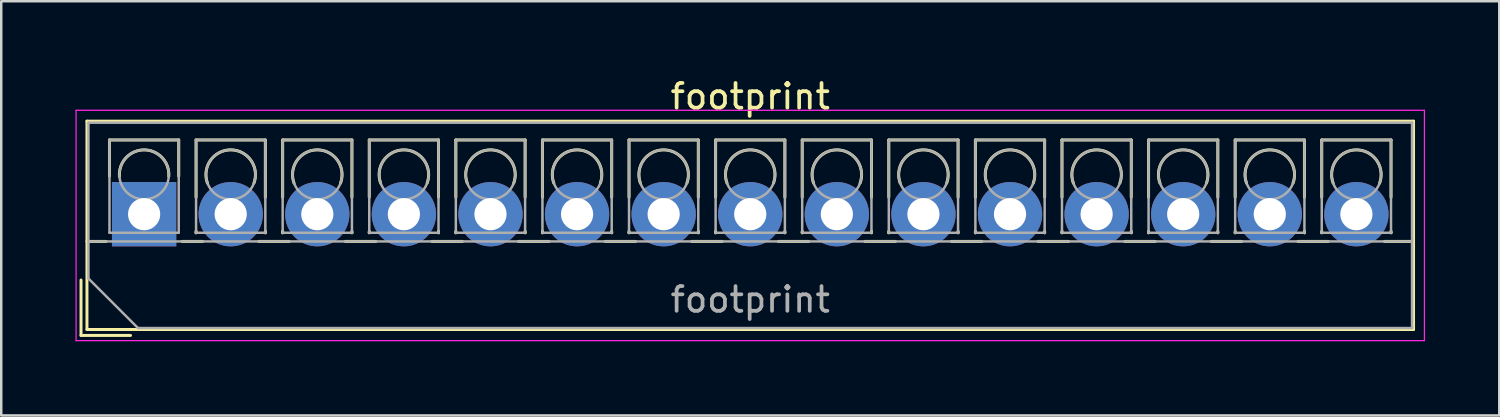
<source format=kicad_pcb>
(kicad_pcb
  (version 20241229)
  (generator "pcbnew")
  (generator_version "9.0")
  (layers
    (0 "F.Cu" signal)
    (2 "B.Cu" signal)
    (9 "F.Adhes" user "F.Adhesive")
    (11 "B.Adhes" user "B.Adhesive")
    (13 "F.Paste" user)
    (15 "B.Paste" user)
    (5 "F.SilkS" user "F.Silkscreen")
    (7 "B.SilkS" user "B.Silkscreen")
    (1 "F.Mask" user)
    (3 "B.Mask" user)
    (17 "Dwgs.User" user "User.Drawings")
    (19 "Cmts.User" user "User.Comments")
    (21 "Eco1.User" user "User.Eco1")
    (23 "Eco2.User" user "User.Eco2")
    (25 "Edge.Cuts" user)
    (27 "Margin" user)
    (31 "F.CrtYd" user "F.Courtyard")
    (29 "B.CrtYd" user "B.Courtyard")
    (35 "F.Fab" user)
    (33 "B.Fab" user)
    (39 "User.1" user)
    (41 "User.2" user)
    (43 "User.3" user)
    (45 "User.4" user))
  (footprint "footprint"
    (layer "F.Cu")
    (at 2.775 5.608)
    (property "Reference" "footprint" (at 24.5 -4.76 0) (layer "F.SilkS") (effects (font (size 1 1) (thickness 0.15))))
    (attr through_hole)
    (fp_line (start -2.55 2.66) (end -2.55 4.9) (stroke (width 0.12) (type solid)) (layer "F.SilkS"))
    (fp_line (start -2.55 4.9) (end -0.55 4.9) (stroke (width 0.12) (type solid)) (layer "F.SilkS"))
    (fp_line (start -2.31 -3.76) (end -2.31 4.66) (stroke (width 0.12) (type solid)) (layer "F.SilkS"))
    (fp_line (start -2.31 -3.76) (end 51.31 -3.76) (stroke (width 0.12) (type solid)) (layer "F.SilkS"))
    (fp_line (start -2.31 1.101) (end -1.54 1.101) (stroke (width 0.12) (type solid)) (layer "F.SilkS"))
    (fp_line (start -2.31 4.66) (end 51.31 4.66) (stroke (width 0.12) (type solid)) (layer "F.SilkS"))
    (fp_line (start -1.4 -3) (end -1.4 -1.54) (stroke (width 0.12) (type solid)) (layer "F.SilkS"))
    (fp_line (start -1.4 -3) (end 1.4 -3) (stroke (width 0.12) (type solid)) (layer "F.SilkS"))
    (fp_line (start 1.4 -3) (end 1.4 -1.54) (stroke (width 0.12) (type solid)) (layer "F.SilkS"))
    (fp_line (start 1.54 1.101) (end 2.367 1.101) (stroke (width 0.12) (type solid)) (layer "F.SilkS"))
    (fp_line (start 2.1 -3) (end 2.1 -0.689) (stroke (width 0.12) (type solid)) (layer "F.SilkS"))
    (fp_line (start 2.1 -3) (end 4.9 -3) (stroke (width 0.12) (type solid)) (layer "F.SilkS"))
    (fp_line (start 2.1 0.689) (end 2.1 0.75) (stroke (width 0.12) (type solid)) (layer "F.SilkS"))
    (fp_line (start 2.1 0.75) (end 2.101 0.75) (stroke (width 0.12) (type solid)) (layer "F.SilkS"))
    (fp_line (start 4.634 1.101) (end 5.867 1.101) (stroke (width 0.12) (type solid)) (layer "F.SilkS"))
    (fp_line (start 4.9 -3) (end 4.9 -0.689) (stroke (width 0.12) (type solid)) (layer "F.SilkS"))
    (fp_line (start 4.9 0.689) (end 4.9 0.75) (stroke (width 0.12) (type solid)) (layer "F.SilkS"))
    (fp_line (start 4.9 0.75) (end 4.9 0.75) (stroke (width 0.12) (type solid)) (layer "F.SilkS"))
    (fp_line (start 5.6 -3) (end 5.6 -0.689) (stroke (width 0.12) (type solid)) (layer "F.SilkS"))
    (fp_line (start 5.6 -3) (end 8.4 -3) (stroke (width 0.12) (type solid)) (layer "F.SilkS"))
    (fp_line (start 5.6 0.689) (end 5.6 0.75) (stroke (width 0.12) (type solid)) (layer "F.SilkS"))
    (fp_line (start 5.6 0.75) (end 5.601 0.75) (stroke (width 0.12) (type solid)) (layer "F.SilkS"))
    (fp_line (start 8.134 1.101) (end 9.367 1.101) (stroke (width 0.12) (type solid)) (layer "F.SilkS"))
    (fp_line (start 8.4 -3) (end 8.4 -0.689) (stroke (width 0.12) (type solid)) (layer "F.SilkS"))
    (fp_line (start 8.4 0.689) (end 8.4 0.75) (stroke (width 0.12) (type solid)) (layer "F.SilkS"))
    (fp_line (start 8.4 0.75) (end 8.4 0.75) (stroke (width 0.12) (type solid)) (layer "F.SilkS"))
    (fp_line (start 9.1 -3) (end 9.1 -0.689) (stroke (width 0.12) (type solid)) (layer "F.SilkS"))
    (fp_line (start 9.1 -3) (end 11.9 -3) (stroke (width 0.12) (type solid)) (layer "F.SilkS"))
    (fp_line (start 9.1 0.689) (end 9.1 0.75) (stroke (width 0.12) (type solid)) (layer "F.SilkS"))
    (fp_line (start 9.1 0.75) (end 9.101 0.75) (stroke (width 0.12) (type solid)) (layer "F.SilkS"))
    (fp_line (start 11.634 1.101) (end 12.867 1.101) (stroke (width 0.12) (type solid)) (layer "F.SilkS"))
    (fp_line (start 11.9 -3) (end 11.9 -0.689) (stroke (width 0.12) (type solid)) (layer "F.SilkS"))
    (fp_line (start 11.9 0.689) (end 11.9 0.75) (stroke (width 0.12) (type solid)) (layer "F.SilkS"))
    (fp_line (start 11.9 0.75) (end 11.9 0.75) (stroke (width 0.12) (type solid)) (layer "F.SilkS"))
    (fp_line (start 12.6 -3) (end 12.6 -0.689) (stroke (width 0.12) (type solid)) (layer "F.SilkS"))
    (fp_line (start 12.6 -3) (end 15.4 -3) (stroke (width 0.12) (type solid)) (layer "F.SilkS"))
    (fp_line (start 12.6 0.689) (end 12.6 0.75) (stroke (width 0.12) (type solid)) (layer "F.SilkS"))
    (fp_line (start 12.6 0.75) (end 12.601 0.75) (stroke (width 0.12) (type solid)) (layer "F.SilkS"))
    (fp_line (start 15.134 1.101) (end 16.367 1.101) (stroke (width 0.12) (type solid)) (layer "F.SilkS"))
    (fp_line (start 15.4 -3) (end 15.4 -0.689) (stroke (width 0.12) (type solid)) (layer "F.SilkS"))
    (fp_line (start 15.4 0.689) (end 15.4 0.75) (stroke (width 0.12) (type solid)) (layer "F.SilkS"))
    (fp_line (start 15.4 0.75) (end 15.4 0.75) (stroke (width 0.12) (type solid)) (layer "F.SilkS"))
    (fp_line (start 16.101 -3) (end 16.101 -0.689) (stroke (width 0.12) (type solid)) (layer "F.SilkS"))
    (fp_line (start 16.101 -3) (end 18.9 -3) (stroke (width 0.12) (type solid)) (layer "F.SilkS"))
    (fp_line (start 16.101 0.689) (end 16.101 0.75) (stroke (width 0.12) (type solid)) (layer "F.SilkS"))
    (fp_line (start 16.101 0.75) (end 16.101 0.75) (stroke (width 0.12) (type solid)) (layer "F.SilkS"))
    (fp_line (start 18.634 1.101) (end 19.867 1.101) (stroke (width 0.12) (type solid)) (layer "F.SilkS"))
    (fp_line (start 18.9 -3) (end 18.9 -0.689) (stroke (width 0.12) (type solid)) (layer "F.SilkS"))
    (fp_line (start 18.9 0.689) (end 18.9 0.75) (stroke (width 0.12) (type solid)) (layer "F.SilkS"))
    (fp_line (start 18.9 0.75) (end 18.9 0.75) (stroke (width 0.12) (type solid)) (layer "F.SilkS"))
    (fp_line (start 19.6 -3) (end 19.6 -0.689) (stroke (width 0.12) (type solid)) (layer "F.SilkS"))
    (fp_line (start 19.6 -3) (end 22.4 -3) (stroke (width 0.12) (type solid)) (layer "F.SilkS"))
    (fp_line (start 19.6 0.689) (end 19.6 0.75) (stroke (width 0.12) (type solid)) (layer "F.SilkS"))
    (fp_line (start 19.6 0.75) (end 19.601 0.75) (stroke (width 0.12) (type solid)) (layer "F.SilkS"))
    (fp_line (start 22.134 1.101) (end 23.367 1.101) (stroke (width 0.12) (type solid)) (layer "F.SilkS"))
    (fp_line (start 22.4 -3) (end 22.4 -0.689) (stroke (width 0.12) (type solid)) (layer "F.SilkS"))
    (fp_line (start 22.4 0.689) (end 22.4 0.75) (stroke (width 0.12) (type solid)) (layer "F.SilkS"))
    (fp_line (start 22.4 0.75) (end 22.4 0.75) (stroke (width 0.12) (type solid)) (layer "F.SilkS"))
    (fp_line (start 23.1 -3) (end 23.1 -0.689) (stroke (width 0.12) (type solid)) (layer "F.SilkS"))
    (fp_line (start 23.1 -3) (end 25.9 -3) (stroke (width 0.12) (type solid)) (layer "F.SilkS"))
    (fp_line (start 23.1 0.689) (end 23.1 0.75) (stroke (width 0.12) (type solid)) (layer "F.SilkS"))
    (fp_line (start 23.1 0.75) (end 23.101 0.75) (stroke (width 0.12) (type solid)) (layer "F.SilkS"))
    (fp_line (start 25.634 1.101) (end 26.867 1.101) (stroke (width 0.12) (type solid)) (layer "F.SilkS"))
    (fp_line (start 25.9 -3) (end 25.9 -0.689) (stroke (width 0.12) (type solid)) (layer "F.SilkS"))
    (fp_line (start 25.9 0.689) (end 25.9 0.75) (stroke (width 0.12) (type solid)) (layer "F.SilkS"))
    (fp_line (start 25.9 0.75) (end 25.9 0.75) (stroke (width 0.12) (type solid)) (layer "F.SilkS"))
    (fp_line (start 26.6 -3) (end 26.6 -0.689) (stroke (width 0.12) (type solid)) (layer "F.SilkS"))
    (fp_line (start 26.6 -3) (end 29.4 -3) (stroke (width 0.12) (type solid)) (layer "F.SilkS"))
    (fp_line (start 26.6 0.689) (end 26.6 0.75) (stroke (width 0.12) (type solid)) (layer "F.SilkS"))
    (fp_line (start 26.6 0.75) (end 26.601 0.75) (stroke (width 0.12) (type solid)) (layer "F.SilkS"))
    (fp_line (start 29.134 1.101) (end 30.367 1.101) (stroke (width 0.12) (type solid)) (layer "F.SilkS"))
    (fp_line (start 29.4 -3) (end 29.4 -0.689) (stroke (width 0.12) (type solid)) (layer "F.SilkS"))
    (fp_line (start 29.4 0.689) (end 29.4 0.75) (stroke (width 0.12) (type solid)) (layer "F.SilkS"))
    (fp_line (start 29.4 0.75) (end 29.4 0.75) (stroke (width 0.12) (type solid)) (layer "F.SilkS"))
    (fp_line (start 30.1 -3) (end 30.1 -0.689) (stroke (width 0.12) (type solid)) (layer "F.SilkS"))
    (fp_line (start 30.1 -3) (end 32.9 -3) (stroke (width 0.12) (type solid)) (layer "F.SilkS"))
    (fp_line (start 30.1 0.689) (end 30.1 0.75) (stroke (width 0.12) (type solid)) (layer "F.SilkS"))
    (fp_line (start 30.1 0.75) (end 30.101 0.75) (stroke (width 0.12) (type solid)) (layer "F.SilkS"))
    (fp_line (start 32.634 1.101) (end 33.867 1.101) (stroke (width 0.12) (type solid)) (layer "F.SilkS"))
    (fp_line (start 32.9 -3) (end 32.9 -0.689) (stroke (width 0.12) (type solid)) (layer "F.SilkS"))
    (fp_line (start 32.9 0.689) (end 32.9 0.75) (stroke (width 0.12) (type solid)) (layer "F.SilkS"))
    (fp_line (start 32.9 0.75) (end 32.9 0.75) (stroke (width 0.12) (type solid)) (layer "F.SilkS"))
    (fp_line (start 33.6 -3) (end 33.6 -0.689) (stroke (width 0.12) (type solid)) (layer "F.SilkS"))
    (fp_line (start 33.6 -3) (end 36.4 -3) (stroke (width 0.12) (type solid)) (layer "F.SilkS"))
    (fp_line (start 33.6 0.689) (end 33.6 0.75) (stroke (width 0.12) (type solid)) (layer "F.SilkS"))
    (fp_line (start 33.6 0.75) (end 33.601 0.75) (stroke (width 0.12) (type solid)) (layer "F.SilkS"))
    (fp_line (start 36.134 1.101) (end 37.367 1.101) (stroke (width 0.12) (type solid)) (layer "F.SilkS"))
    (fp_line (start 36.4 -3) (end 36.4 -0.689) (stroke (width 0.12) (type solid)) (layer "F.SilkS"))
    (fp_line (start 36.4 0.689) (end 36.4 0.75) (stroke (width 0.12) (type solid)) (layer "F.SilkS"))
    (fp_line (start 36.4 0.75) (end 36.4 0.75) (stroke (width 0.12) (type solid)) (layer "F.SilkS"))
    (fp_line (start 37.1 -3) (end 37.1 -0.689) (stroke (width 0.12) (type solid)) (layer "F.SilkS"))
    (fp_line (start 37.1 -3) (end 39.9 -3) (stroke (width 0.12) (type solid)) (layer "F.SilkS"))
    (fp_line (start 37.1 0.689) (end 37.1 0.75) (stroke (width 0.12) (type solid)) (layer "F.SilkS"))
    (fp_line (start 37.1 0.75) (end 37.101 0.75) (stroke (width 0.12) (type solid)) (layer "F.SilkS"))
    (fp_line (start 39.634 1.101) (end 40.867 1.101) (stroke (width 0.12) (type solid)) (layer "F.SilkS"))
    (fp_line (start 39.9 -3) (end 39.9 -0.689) (stroke (width 0.12) (type solid)) (layer "F.SilkS"))
    (fp_line (start 39.9 0.689) (end 39.9 0.75) (stroke (width 0.12) (type solid)) (layer "F.SilkS"))
    (fp_line (start 39.9 0.75) (end 39.9 0.75) (stroke (width 0.12) (type solid)) (layer "F.SilkS"))
    (fp_line (start 40.6 -3) (end 40.6 -0.689) (stroke (width 0.12) (type solid)) (layer "F.SilkS"))
    (fp_line (start 40.6 -3) (end 43.4 -3) (stroke (width 0.12) (type solid)) (layer "F.SilkS"))
    (fp_line (start 40.6 0.689) (end 40.6 0.75) (stroke (width 0.12) (type solid)) (layer "F.SilkS"))
    (fp_line (start 40.6 0.75) (end 40.601 0.75) (stroke (width 0.12) (type solid)) (layer "F.SilkS"))
    (fp_line (start 43.134 1.101) (end 44.367 1.101) (stroke (width 0.12) (type solid)) (layer "F.SilkS"))
    (fp_line (start 43.4 -3) (end 43.4 -0.689) (stroke (width 0.12) (type solid)) (layer "F.SilkS"))
    (fp_line (start 43.4 0.689) (end 43.4 0.75) (stroke (width 0.12) (type solid)) (layer "F.SilkS"))
    (fp_line (start 43.4 0.75) (end 43.4 0.75) (stroke (width 0.12) (type solid)) (layer "F.SilkS"))
    (fp_line (start 44.1 -3) (end 44.1 -0.689) (stroke (width 0.12) (type solid)) (layer "F.SilkS"))
    (fp_line (start 44.1 -3) (end 46.9 -3) (stroke (width 0.12) (type solid)) (layer "F.SilkS"))
    (fp_line (start 44.1 0.689) (end 44.1 0.75) (stroke (width 0.12) (type solid)) (layer "F.SilkS"))
    (fp_line (start 44.1 0.75) (end 44.101 0.75) (stroke (width 0.12) (type solid)) (layer "F.SilkS"))
    (fp_line (start 46.634 1.101) (end 47.867 1.101) (stroke (width 0.12) (type solid)) (layer "F.SilkS"))
    (fp_line (start 46.9 -3) (end 46.9 -0.689) (stroke (width 0.12) (type solid)) (layer "F.SilkS"))
    (fp_line (start 46.9 0.689) (end 46.9 0.75) (stroke (width 0.12) (type solid)) (layer "F.SilkS"))
    (fp_line (start 46.9 0.75) (end 46.9 0.75) (stroke (width 0.12) (type solid)) (layer "F.SilkS"))
    (fp_line (start 47.6 -3) (end 47.6 -0.689) (stroke (width 0.12) (type solid)) (layer "F.SilkS"))
    (fp_line (start 47.6 -3) (end 50.4 -3) (stroke (width 0.12) (type solid)) (layer "F.SilkS"))
    (fp_line (start 47.6 0.689) (end 47.6 0.75) (stroke (width 0.12) (type solid)) (layer "F.SilkS"))
    (fp_line (start 47.6 0.75) (end 47.601 0.75) (stroke (width 0.12) (type solid)) (layer "F.SilkS"))
    (fp_line (start 50.134 1.101) (end 51.31 1.101) (stroke (width 0.12) (type solid)) (layer "F.SilkS"))
    (fp_line (start 50.4 -3) (end 50.4 -0.689) (stroke (width 0.12) (type solid)) (layer "F.SilkS"))
    (fp_line (start 50.4 0.689) (end 50.4 0.75) (stroke (width 0.12) (type solid)) (layer "F.SilkS"))
    (fp_line (start 50.4 0.75) (end 50.4 0.75) (stroke (width 0.12) (type solid)) (layer "F.SilkS"))
    (fp_line (start 51.31 -3.76) (end 51.31 4.66) (stroke (width 0.12) (type solid)) (layer "F.SilkS"))
    (fp_arc (start -0.99789 -1.529434) (mid -0.000785 -2.600382) (end 0.998 -1.531) (stroke (width 0.12) (type solid)) (layer "F.SilkS"))
    (fp_arc (start 2.560085 -1.257767) (mid 3.499876 -2.600282) (end 4.44 -1.258) (stroke (width 0.12) (type solid)) (layer "F.SilkS"))
    (fp_arc (start 6.060085 -1.257767) (mid 6.999876 -2.600282) (end 7.94 -1.258) (stroke (width 0.12) (type solid)) (layer "F.SilkS"))
    (fp_arc (start 9.560085 -1.257767) (mid 10.499876 -2.600282) (end 11.44 -1.258) (stroke (width 0.12) (type solid)) (layer "F.SilkS"))
    (fp_arc (start 13.060085 -1.257767) (mid 13.999876 -2.600282) (end 14.94 -1.258) (stroke (width 0.12) (type solid)) (layer "F.SilkS"))
    (fp_arc (start 16.560085 -1.257767) (mid 17.499876 -2.600282) (end 18.44 -1.258) (stroke (width 0.12) (type solid)) (layer "F.SilkS"))
    (fp_arc (start 20.060085 -1.257767) (mid 20.999876 -2.600282) (end 21.94 -1.258) (stroke (width 0.12) (type solid)) (layer "F.SilkS"))
    (fp_arc (start 23.560085 -1.257767) (mid 24.499876 -2.600282) (end 25.44 -1.258) (stroke (width 0.12) (type solid)) (layer "F.SilkS"))
    (fp_arc (start 27.060085 -1.257767) (mid 27.999876 -2.600282) (end 28.94 -1.258) (stroke (width 0.12) (type solid)) (layer "F.SilkS"))
    (fp_arc (start 30.560085 -1.257767) (mid 31.499876 -2.600282) (end 32.44 -1.258) (stroke (width 0.12) (type solid)) (layer "F.SilkS"))
    (fp_arc (start 34.060085 -1.257767) (mid 34.999876 -2.600282) (end 35.94 -1.258) (stroke (width 0.12) (type solid)) (layer "F.SilkS"))
    (fp_arc (start 37.560085 -1.257767) (mid 38.499876 -2.600282) (end 39.44 -1.258) (stroke (width 0.12) (type solid)) (layer "F.SilkS"))
    (fp_arc (start 41.060085 -1.257767) (mid 41.999876 -2.600282) (end 42.94 -1.258) (stroke (width 0.12) (type solid)) (layer "F.SilkS"))
    (fp_arc (start 44.560085 -1.257767) (mid 45.499876 -2.600282) (end 46.44 -1.258) (stroke (width 0.12) (type solid)) (layer "F.SilkS"))
    (fp_arc (start 48.060085 -1.257767) (mid 48.999876 -2.600282) (end 49.94 -1.258) (stroke (width 0.12) (type solid)) (layer "F.SilkS"))
    (fp_line (start -2.75 -4.2) (end -2.75 5.11) (stroke (width 0.05) (type solid)) (layer "F.CrtYd"))
    (fp_line (start -2.75 5.11) (end 51.75 5.11) (stroke (width 0.05) (type solid)) (layer "F.CrtYd"))
    (fp_line (start 51.75 -4.2) (end -2.75 -4.2) (stroke (width 0.05) (type solid)) (layer "F.CrtYd"))
    (fp_line (start 51.75 5.11) (end 51.75 -4.2) (stroke (width 0.05) (type solid)) (layer "F.CrtYd"))
    (fp_line (start -2.25 -3.7) (end 51.25 -3.7) (stroke (width 0.1) (type solid)) (layer "F.Fab"))
    (fp_line (start -2.25 1.1) (end 51.25 1.1) (stroke (width 0.1) (type solid)) (layer "F.Fab"))
    (fp_line (start -2.25 2.6) (end -2.25 -3.7) (stroke (width 0.1) (type solid)) (layer "F.Fab"))
    (fp_line (start -1.4 -3) (end -1.4 0.75) (stroke (width 0.1) (type solid)) (layer "F.Fab"))
    (fp_line (start -1.4 0.75) (end 1.4 0.75) (stroke (width 0.1) (type solid)) (layer "F.Fab"))
    (fp_line (start -0.25 4.6) (end -2.25 2.6) (stroke (width 0.1) (type solid)) (layer "F.Fab"))
    (fp_line (start 1.4 -3) (end -1.4 -3) (stroke (width 0.1) (type solid)) (layer "F.Fab"))
    (fp_line (start 1.4 0.75) (end 1.4 -3) (stroke (width 0.1) (type solid)) (layer "F.Fab"))
    (fp_line (start 2.1 -3) (end 2.1 0.75) (stroke (width 0.1) (type solid)) (layer "F.Fab"))
    (fp_line (start 2.1 0.75) (end 4.9 0.75) (stroke (width 0.1) (type solid)) (layer "F.Fab"))
    (fp_line (start 4.9 -3) (end 2.1 -3) (stroke (width 0.1) (type solid)) (layer "F.Fab"))
    (fp_line (start 4.9 0.75) (end 4.9 -3) (stroke (width 0.1) (type solid)) (layer "F.Fab"))
    (fp_line (start 5.6 -3) (end 5.6 0.75) (stroke (width 0.1) (type solid)) (layer "F.Fab"))
    (fp_line (start 5.6 0.75) (end 8.4 0.75) (stroke (width 0.1) (type solid)) (layer "F.Fab"))
    (fp_line (start 8.4 -3) (end 5.6 -3) (stroke (width 0.1) (type solid)) (layer "F.Fab"))
    (fp_line (start 8.4 0.75) (end 8.4 -3) (stroke (width 0.1) (type solid)) (layer "F.Fab"))
    (fp_line (start 9.1 -3) (end 9.1 0.75) (stroke (width 0.1) (type solid)) (layer "F.Fab"))
    (fp_line (start 9.1 0.75) (end 11.9 0.75) (stroke (width 0.1) (type solid)) (layer "F.Fab"))
    (fp_line (start 11.9 -3) (end 9.1 -3) (stroke (width 0.1) (type solid)) (layer "F.Fab"))
    (fp_line (start 11.9 0.75) (end 11.9 -3) (stroke (width 0.1) (type solid)) (layer "F.Fab"))
    (fp_line (start 12.6 -3) (end 12.6 0.75) (stroke (width 0.1) (type solid)) (layer "F.Fab"))
    (fp_line (start 12.6 0.75) (end 15.4 0.75) (stroke (width 0.1) (type solid)) (layer "F.Fab"))
    (fp_line (start 15.4 -3) (end 12.6 -3) (stroke (width 0.1) (type solid)) (layer "F.Fab"))
    (fp_line (start 15.4 0.75) (end 15.4 -3) (stroke (width 0.1) (type solid)) (layer "F.Fab"))
    (fp_line (start 16.101 -3) (end 16.101 0.75) (stroke (width 0.1) (type solid)) (layer "F.Fab"))
    (fp_line (start 16.101 0.75) (end 18.9 0.75) (stroke (width 0.1) (type solid)) (layer "F.Fab"))
    (fp_line (start 18.9 -3) (end 16.101 -3) (stroke (width 0.1) (type solid)) (layer "F.Fab"))
    (fp_line (start 18.9 0.75) (end 18.9 -3) (stroke (width 0.1) (type solid)) (layer "F.Fab"))
    (fp_line (start 19.6 -3) (end 19.6 0.75) (stroke (width 0.1) (type solid)) (layer "F.Fab"))
    (fp_line (start 19.6 0.75) (end 22.4 0.75) (stroke (width 0.1) (type solid)) (layer "F.Fab"))
    (fp_line (start 22.4 -3) (end 19.6 -3) (stroke (width 0.1) (type solid)) (layer "F.Fab"))
    (fp_line (start 22.4 0.75) (end 22.4 -3) (stroke (width 0.1) (type solid)) (layer "F.Fab"))
    (fp_line (start 23.1 -3) (end 23.1 0.75) (stroke (width 0.1) (type solid)) (layer "F.Fab"))
    (fp_line (start 23.1 0.75) (end 25.9 0.75) (stroke (width 0.1) (type solid)) (layer "F.Fab"))
    (fp_line (start 25.9 -3) (end 23.1 -3) (stroke (width 0.1) (type solid)) (layer "F.Fab"))
    (fp_line (start 25.9 0.75) (end 25.9 -3) (stroke (width 0.1) (type solid)) (layer "F.Fab"))
    (fp_line (start 26.6 -3) (end 26.6 0.75) (stroke (width 0.1) (type solid)) (layer "F.Fab"))
    (fp_line (start 26.6 0.75) (end 29.4 0.75) (stroke (width 0.1) (type solid)) (layer "F.Fab"))
    (fp_line (start 29.4 -3) (end 26.6 -3) (stroke (width 0.1) (type solid)) (layer "F.Fab"))
    (fp_line (start 29.4 0.75) (end 29.4 -3) (stroke (width 0.1) (type solid)) (layer "F.Fab"))
    (fp_line (start 30.1 -3) (end 30.1 0.75) (stroke (width 0.1) (type solid)) (layer "F.Fab"))
    (fp_line (start 30.1 0.75) (end 32.9 0.75) (stroke (width 0.1) (type solid)) (layer "F.Fab"))
    (fp_line (start 32.9 -3) (end 30.1 -3) (stroke (width 0.1) (type solid)) (layer "F.Fab"))
    (fp_line (start 32.9 0.75) (end 32.9 -3) (stroke (width 0.1) (type solid)) (layer "F.Fab"))
    (fp_line (start 33.6 -3) (end 33.6 0.75) (stroke (width 0.1) (type solid)) (layer "F.Fab"))
    (fp_line (start 33.6 0.75) (end 36.4 0.75) (stroke (width 0.1) (type solid)) (layer "F.Fab"))
    (fp_line (start 36.4 -3) (end 33.6 -3) (stroke (width 0.1) (type solid)) (layer "F.Fab"))
    (fp_line (start 36.4 0.75) (end 36.4 -3) (stroke (width 0.1) (type solid)) (layer "F.Fab"))
    (fp_line (start 37.1 -3) (end 37.1 0.75) (stroke (width 0.1) (type solid)) (layer "F.Fab"))
    (fp_line (start 37.1 0.75) (end 39.9 0.75) (stroke (width 0.1) (type solid)) (layer "F.Fab"))
    (fp_line (start 39.9 -3) (end 37.1 -3) (stroke (width 0.1) (type solid)) (layer "F.Fab"))
    (fp_line (start 39.9 0.75) (end 39.9 -3) (stroke (width 0.1) (type solid)) (layer "F.Fab"))
    (fp_line (start 40.6 -3) (end 40.6 0.75) (stroke (width 0.1) (type solid)) (layer "F.Fab"))
    (fp_line (start 40.6 0.75) (end 43.4 0.75) (stroke (width 0.1) (type solid)) (layer "F.Fab"))
    (fp_line (start 43.4 -3) (end 40.6 -3) (stroke (width 0.1) (type solid)) (layer "F.Fab"))
    (fp_line (start 43.4 0.75) (end 43.4 -3) (stroke (width 0.1) (type solid)) (layer "F.Fab"))
    (fp_line (start 44.1 -3) (end 44.1 0.75) (stroke (width 0.1) (type solid)) (layer "F.Fab"))
    (fp_line (start 44.1 0.75) (end 46.9 0.75) (stroke (width 0.1) (type solid)) (layer "F.Fab"))
    (fp_line (start 46.9 -3) (end 44.1 -3) (stroke (width 0.1) (type solid)) (layer "F.Fab"))
    (fp_line (start 46.9 0.75) (end 46.9 -3) (stroke (width 0.1) (type solid)) (layer "F.Fab"))
    (fp_line (start 47.6 -3) (end 47.6 0.75) (stroke (width 0.1) (type solid)) (layer "F.Fab"))
    (fp_line (start 47.6 0.75) (end 50.4 0.75) (stroke (width 0.1) (type solid)) (layer "F.Fab"))
    (fp_line (start 50.4 -3) (end 47.6 -3) (stroke (width 0.1) (type solid)) (layer "F.Fab"))
    (fp_line (start 50.4 0.75) (end 50.4 -3) (stroke (width 0.1) (type solid)) (layer "F.Fab"))
    (fp_line (start 51.25 -3.7) (end 51.25 4.6) (stroke (width 0.1) (type solid)) (layer "F.Fab"))
    (fp_line (start 51.25 4.6) (end -0.25 4.6) (stroke (width 0.1) (type solid)) (layer "F.Fab"))
    (fp_circle (center 0 -1.6) (end 1 -1.6) (stroke (width 0.1) (type solid)) (fill no) (layer "F.Fab"))
    (fp_circle (center 3.5 -1.6) (end 4.5 -1.6) (stroke (width 0.1) (type solid)) (fill no) (layer "F.Fab"))
    (fp_circle (center 7 -1.6) (end 8 -1.6) (stroke (width 0.1) (type solid)) (fill no) (layer "F.Fab"))
    (fp_circle (center 10.5 -1.6) (end 11.5 -1.6) (stroke (width 0.1) (type solid)) (fill no) (layer "F.Fab"))
    (fp_circle (center 14 -1.6) (end 15 -1.6) (stroke (width 0.1) (type solid)) (fill no) (layer "F.Fab"))
    (fp_circle (center 17.5 -1.6) (end 18.5 -1.6) (stroke (width 0.1) (type solid)) (fill no) (layer "F.Fab"))
    (fp_circle (center 21 -1.6) (end 22 -1.6) (stroke (width 0.1) (type solid)) (fill no) (layer "F.Fab"))
    (fp_circle (center 24.5 -1.6) (end 25.5 -1.6) (stroke (width 0.1) (type solid)) (fill no) (layer "F.Fab"))
    (fp_circle (center 28 -1.6) (end 29 -1.6) (stroke (width 0.1) (type solid)) (fill no) (layer "F.Fab"))
    (fp_circle (center 31.5 -1.6) (end 32.5 -1.6) (stroke (width 0.1) (type solid)) (fill no) (layer "F.Fab"))
    (fp_circle (center 35 -1.6) (end 36 -1.6) (stroke (width 0.1) (type solid)) (fill no) (layer "F.Fab"))
    (fp_circle (center 38.5 -1.6) (end 39.5 -1.6) (stroke (width 0.1) (type solid)) (fill no) (layer "F.Fab"))
    (fp_circle (center 42 -1.6) (end 43 -1.6) (stroke (width 0.1) (type solid)) (fill no) (layer "F.Fab"))
    (fp_circle (center 45.5 -1.6) (end 46.5 -1.6) (stroke (width 0.1) (type solid)) (fill no) (layer "F.Fab"))
    (fp_circle (center 49 -1.6) (end 50 -1.6) (stroke (width 0.1) (type solid)) (fill no) (layer "F.Fab"))
    (fp_text user "${REFERENCE}" (at 24.5 3.45 0) (layer "F.Fab") (effects (font (size 1 1) (thickness 0.15))))
    (pad "1" thru_hole rect (at 0 0) (size 2.6 2.6) (drill 1.3) (layers "*.Cu" "*.Mask"))
    (pad "2" thru_hole circle (at 3.5 0) (size 2.6 2.6) (drill 1.3) (layers "*.Cu" "*.Mask"))
    (pad "3" thru_hole circle (at 7 0) (size 2.6 2.6) (drill 1.3) (layers "*.Cu" "*.Mask"))
    (pad "4" thru_hole circle (at 10.5 0) (size 2.6 2.6) (drill 1.3) (layers "*.Cu" "*.Mask"))
    (pad "5" thru_hole circle (at 14 0) (size 2.6 2.6) (drill 1.3) (layers "*.Cu" "*.Mask"))
    (pad "6" thru_hole circle (at 17.5 0) (size 2.6 2.6) (drill 1.3) (layers "*.Cu" "*.Mask"))
    (pad "7" thru_hole circle (at 21 0) (size 2.6 2.6) (drill 1.3) (layers "*.Cu" "*.Mask"))
    (pad "8" thru_hole circle (at 24.5 0) (size 2.6 2.6) (drill 1.3) (layers "*.Cu" "*.Mask"))
    (pad "9" thru_hole circle (at 28 0) (size 2.6 2.6) (drill 1.3) (layers "*.Cu" "*.Mask"))
    (pad "10" thru_hole circle (at 31.5 0) (size 2.6 2.6) (drill 1.3) (layers "*.Cu" "*.Mask"))
    (pad "11" thru_hole circle (at 35 0) (size 2.6 2.6) (drill 1.3) (layers "*.Cu" "*.Mask"))
    (pad "12" thru_hole circle (at 38.5 0) (size 2.6 2.6) (drill 1.3) (layers "*.Cu" "*.Mask"))
    (pad "13" thru_hole circle (at 42 0) (size 2.6 2.6) (drill 1.3) (layers "*.Cu" "*.Mask"))
    (pad "14" thru_hole circle (at 45.5 0) (size 2.6 2.6) (drill 1.3) (layers "*.Cu" "*.Mask"))
    (pad "15" thru_hole circle (at 49 0) (size 2.6 2.6) (drill 1.3) (layers "*.Cu" "*.Mask")))
  (gr_rect
    (start -3 -3)
    (end 57.55 13.743)
    (stroke (width 0.1) (type default))
    (fill no)
    (layer "Edge.Cuts")))
</source>
